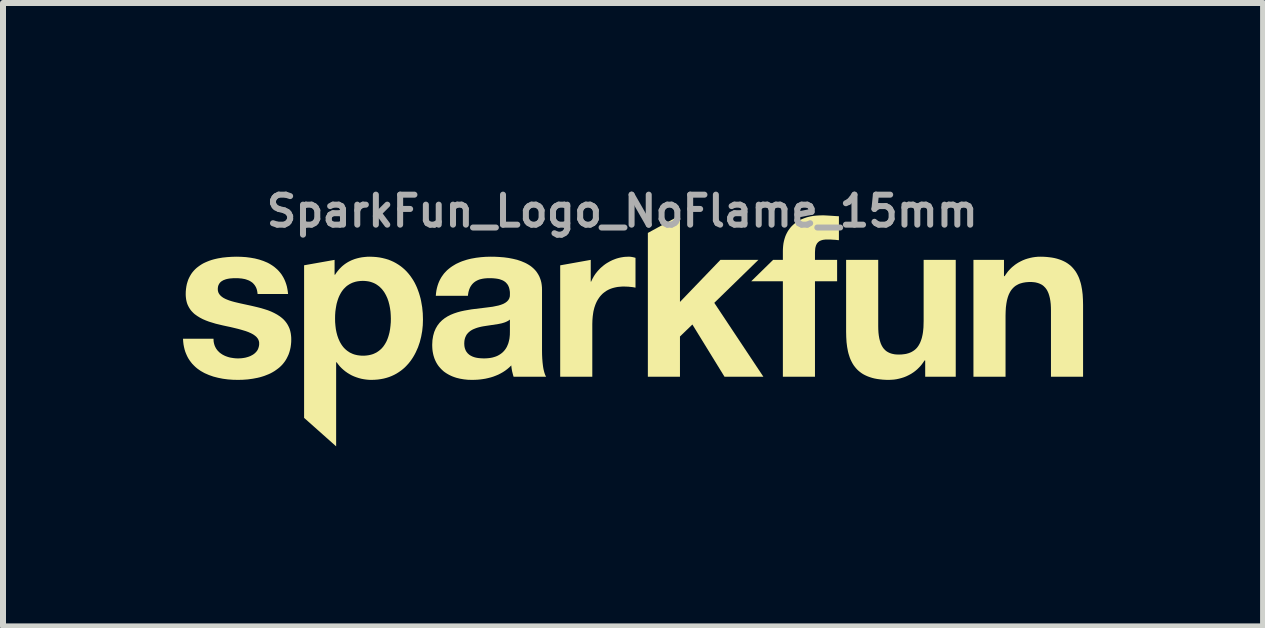
<source format=kicad_pcb>
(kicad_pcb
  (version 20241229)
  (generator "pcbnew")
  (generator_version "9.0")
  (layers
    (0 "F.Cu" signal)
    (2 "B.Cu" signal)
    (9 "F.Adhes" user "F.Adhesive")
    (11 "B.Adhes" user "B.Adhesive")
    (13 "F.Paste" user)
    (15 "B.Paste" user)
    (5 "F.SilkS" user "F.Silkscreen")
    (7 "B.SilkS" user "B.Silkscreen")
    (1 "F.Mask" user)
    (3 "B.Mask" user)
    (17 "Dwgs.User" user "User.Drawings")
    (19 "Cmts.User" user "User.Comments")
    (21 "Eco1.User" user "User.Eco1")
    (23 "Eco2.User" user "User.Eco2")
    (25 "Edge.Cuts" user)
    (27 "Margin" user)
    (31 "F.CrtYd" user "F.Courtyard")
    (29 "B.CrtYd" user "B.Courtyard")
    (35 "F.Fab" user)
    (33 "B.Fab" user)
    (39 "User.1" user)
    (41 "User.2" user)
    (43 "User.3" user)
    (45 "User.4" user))
  (footprint "SparkFun_Logo_NoFlame_15mm"
    (layer "F.Cu")
    (at 7.321 2.246)
    (property "Reference" "SparkFun_Logo_NoFlame_15mm" (at 0 -1.778 0) (layer "F.Fab") (effects (font (size 0.5 0.5) (thickness 0.1))))
    (attr board_only exclude_from_pos_files exclude_from_bom)
    (fp_poly (pts (xy 0.961 -0.264) (xy 1.635 -0.965) (xy 2.268 -0.965) (xy 1.533 -0.249) (xy 2.351 0.982) (xy 1.703 0.982) (xy 1.168 0.112) (xy 0.961 0.312) (xy 0.961 0.982) (xy 0.426 0.982) (xy 0.426 -1.414) (xy 0.961 -1.707)) (stroke (width 0) (type solid)) (fill yes) (layer "F.SilkS"))
    (fp_poly (pts (xy 0.11 -1.018) (xy 0.118 -1.018) (xy 0.126 -1.017) (xy 0.133 -1.017) (xy 0.148 -1.015) (xy 0.163 -1.013) (xy 0.177 -1.01) (xy 0.191 -1.007) (xy 0.206 -1.003) (xy 0.22 -0.999) (xy 0.22 -0.502) (xy 0.2 -0.506) (xy 0.178 -0.51) (xy 0.154 -0.513) (xy 0.129 -0.515) (xy 0.104 -0.518) (xy 0.078 -0.519) (xy 0.052 -0.52) (xy 0.027 -0.521) (xy -0.009 -0.52) (xy -0.044 -0.517) (xy -0.077 -0.514) (xy -0.109 -0.508) (xy -0.139 -0.501) (xy -0.168 -0.493) (xy -0.196 -0.483) (xy -0.222 -0.472) (xy -0.247 -0.459) (xy -0.27 -0.446) (xy -0.292 -0.43) (xy -0.313 -0.414) (xy -0.333 -0.397) (xy -0.351 -0.378) (xy -0.368 -0.359) (xy -0.384 -0.338) (xy -0.399 -0.316) (xy -0.413 -0.294) (xy -0.426 -0.27) (xy -0.437 -0.246) (xy -0.448 -0.22) (xy -0.457 -0.194) (xy -0.466 -0.167) (xy -0.473 -0.139) (xy -0.48 -0.111) (xy -0.485 -0.082) (xy -0.493 -0.022) (xy -0.498 0.04) (xy -0.5 0.105) (xy -0.5 0.982) (xy -1.035 0.982) (xy -1.035 -0.874) (xy -0.526 -0.965) (xy -0.526 -0.603) (xy -0.519 -0.603) (xy -0.509 -0.626) (xy -0.498 -0.649) (xy -0.486 -0.67) (xy -0.474 -0.692) (xy -0.461 -0.712) (xy -0.447 -0.733) (xy -0.432 -0.752) (xy -0.416 -0.772) (xy -0.4 -0.79) (xy -0.383 -0.808) (xy -0.366 -0.826) (xy -0.348 -0.842) (xy -0.329 -0.858) (xy -0.31 -0.874) (xy -0.29 -0.889) (xy -0.27 -0.903) (xy -0.249 -0.916) (xy -0.228 -0.928) (xy -0.207 -0.94) (xy -0.185 -0.951) (xy -0.162 -0.962) (xy -0.139 -0.971) (xy -0.116 -0.98) (xy -0.093 -0.988) (xy -0.069 -0.995) (xy -0.045 -1.001) (xy -0.021 -1.006) (xy 0.003 -1.01) (xy 0.028 -1.014) (xy 0.053 -1.016) (xy 0.078 -1.017) (xy 0.103 -1.018)) (stroke (width 0) (type solid)) (fill yes) (layer "F.SilkS"))
    (fp_poly (pts (xy 3.363 -1.707) (xy 3.399 -1.705) (xy 3.435 -1.703) (xy 3.47 -1.701) (xy 3.541 -1.696) (xy 3.576 -1.694) (xy 3.61 -1.692) (xy 3.61 -1.293) (xy 3.586 -1.295) (xy 3.562 -1.298) (xy 3.537 -1.3) (xy 3.512 -1.301) (xy 3.488 -1.303) (xy 3.463 -1.304) (xy 3.439 -1.304) (xy 3.415 -1.304) (xy 3.388 -1.304) (xy 3.376 -1.303) (xy 3.364 -1.301) (xy 3.352 -1.3) (xy 3.341 -1.298) (xy 3.331 -1.295) (xy 3.321 -1.292) (xy 3.311 -1.289) (xy 3.302 -1.285) (xy 3.294 -1.281) (xy 3.285 -1.277) (xy 3.278 -1.272) (xy 3.271 -1.266) (xy 3.264 -1.26) (xy 3.258 -1.254) (xy 3.252 -1.247) (xy 3.246 -1.24) (xy 3.241 -1.232) (xy 3.237 -1.223) (xy 3.232 -1.215) (xy 3.228 -1.205) (xy 3.225 -1.195) (xy 3.222 -1.185) (xy 3.219 -1.174) (xy 3.217 -1.163) (xy 3.215 -1.151) (xy 3.214 -1.138) (xy 3.212 -1.111) (xy 3.211 -1.082) (xy 3.211 -0.965) (xy 3.58 -0.965) (xy 3.58 -0.608) (xy 3.211 -0.608) (xy 3.211 0.982) (xy 2.676 0.982) (xy 2.676 -0.608) (xy 2.148 -0.608) (xy 2.513 -0.965) (xy 2.676 -0.965) (xy 2.676 -1.116) (xy 2.677 -1.148) (xy 2.679 -1.179) (xy 2.682 -1.21) (xy 2.686 -1.24) (xy 2.692 -1.27) (xy 2.699 -1.299) (xy 2.707 -1.327) (xy 2.716 -1.354) (xy 2.727 -1.381) (xy 2.739 -1.406) (xy 2.752 -1.431) (xy 2.767 -1.455) (xy 2.783 -1.478) (xy 2.8 -1.5) (xy 2.818 -1.521) (xy 2.838 -1.541) (xy 2.859 -1.56) (xy 2.881 -1.579) (xy 2.905 -1.596) (xy 2.93 -1.611) (xy 2.956 -1.626) (xy 2.983 -1.64) (xy 3.012 -1.652) (xy 3.042 -1.663) (xy 3.073 -1.674) (xy 3.105 -1.682) (xy 3.139 -1.69) (xy 3.174 -1.696) (xy 3.211 -1.701) (xy 3.248 -1.704) (xy 3.287 -1.706) (xy 3.328 -1.707)) (stroke (width 0) (type solid)) (fill yes) (layer "F.SilkS"))
    (fp_poly (pts (xy 4.265 0.134) (xy 4.266 0.193) (xy 4.269 0.247) (xy 4.275 0.298) (xy 4.283 0.344) (xy 4.294 0.387) (xy 4.307 0.427) (xy 4.315 0.445) (xy 4.323 0.462) (xy 4.332 0.478) (xy 4.342 0.494) (xy 4.352 0.508) (xy 4.364 0.522) (xy 4.376 0.534) (xy 4.388 0.546) (xy 4.402 0.557) (xy 4.416 0.566) (xy 4.432 0.575) (xy 4.448 0.583) (xy 4.465 0.59) (xy 4.482 0.596) (xy 4.501 0.601) (xy 4.52 0.605) (xy 4.541 0.609) (xy 4.562 0.611) (xy 4.584 0.612) (xy 4.607 0.613) (xy 4.634 0.612) (xy 4.66 0.611) (xy 4.685 0.608) (xy 4.709 0.605) (xy 4.732 0.601) (xy 4.754 0.595) (xy 4.775 0.589) (xy 4.795 0.581) (xy 4.814 0.573) (xy 4.832 0.563) (xy 4.85 0.552) (xy 4.866 0.541) (xy 4.882 0.528) (xy 4.897 0.514) (xy 4.911 0.499) (xy 4.924 0.482) (xy 4.936 0.465) (xy 4.947 0.446) (xy 4.958 0.426) (xy 4.967 0.406) (xy 4.976 0.383) (xy 4.984 0.36) (xy 4.992 0.335) (xy 4.998 0.309) (xy 5.004 0.282) (xy 5.009 0.254) (xy 5.013 0.224) (xy 5.016 0.193) (xy 5.019 0.161) (xy 5.02 0.127) (xy 5.022 0.055) (xy 5.022 -0.965) (xy 5.557 -0.965) (xy 5.557 0.982) (xy 5.048 0.982) (xy 5.048 0.711) (xy 5.037 0.711) (xy 5.024 0.731) (xy 5.01 0.751) (xy 4.996 0.77) (xy 4.982 0.788) (xy 4.967 0.806) (xy 4.951 0.823) (xy 4.935 0.839) (xy 4.919 0.855) (xy 4.902 0.87) (xy 4.885 0.884) (xy 4.867 0.898) (xy 4.849 0.911) (xy 4.812 0.935) (xy 4.773 0.956) (xy 4.734 0.975) (xy 4.694 0.991) (xy 4.653 1.004) (xy 4.611 1.015) (xy 4.569 1.024) (xy 4.527 1.03) (xy 4.484 1.033) (xy 4.442 1.035) (xy 4.39 1.034) (xy 4.34 1.031) (xy 4.293 1.026) (xy 4.248 1.02) (xy 4.205 1.012) (xy 4.165 1.002) (xy 4.127 0.99) (xy 4.091 0.977) (xy 4.057 0.962) (xy 4.025 0.946) (xy 3.995 0.928) (xy 3.967 0.908) (xy 3.941 0.887) (xy 3.916 0.864) (xy 3.894 0.84) (xy 3.873 0.814) (xy 3.853 0.787) (xy 3.836 0.759) (xy 3.82 0.729) (xy 3.805 0.698) (xy 3.792 0.666) (xy 3.781 0.632) (xy 3.77 0.597) (xy 3.761 0.561) (xy 3.747 0.486) (xy 3.737 0.406) (xy 3.732 0.321) (xy 3.73 0.233) (xy 3.73 -0.965) (xy 4.265 -0.965)) (stroke (width 0) (type solid)) (fill yes) (layer "F.SilkS"))
    (fp_poly (pts (xy 7.019 -1.017) (xy 7.069 -1.014) (xy 7.116 -1.009) (xy 7.161 -1.003) (xy 7.204 -0.995) (xy 7.244 -0.985) (xy 7.282 -0.973) (xy 7.318 -0.96) (xy 7.352 -0.945) (xy 7.384 -0.929) (xy 7.414 -0.911) (xy 7.442 -0.891) (xy 7.469 -0.87) (xy 7.493 -0.847) (xy 7.515 -0.823) (xy 7.536 -0.797) (xy 7.556 -0.77) (xy 7.573 -0.742) (xy 7.589 -0.712) (xy 7.604 -0.681) (xy 7.617 -0.649) (xy 7.628 -0.615) (xy 7.639 -0.58) (xy 7.648 -0.544) (xy 7.662 -0.469) (xy 7.672 -0.389) (xy 7.677 -0.304) (xy 7.679 -0.216) (xy 7.679 0.982) (xy 7.144 0.982) (xy 7.144 -0.118) (xy 7.143 -0.176) (xy 7.14 -0.23) (xy 7.134 -0.281) (xy 7.126 -0.327) (xy 7.115 -0.37) (xy 7.102 -0.41) (xy 7.094 -0.428) (xy 7.086 -0.445) (xy 7.077 -0.462) (xy 7.067 -0.477) (xy 7.057 -0.491) (xy 7.045 -0.505) (xy 7.033 -0.517) (xy 7.021 -0.529) (xy 7.007 -0.54) (xy 6.993 -0.55) (xy 6.977 -0.558) (xy 6.961 -0.566) (xy 6.944 -0.573) (xy 6.927 -0.579) (xy 6.908 -0.584) (xy 6.888 -0.589) (xy 6.868 -0.592) (xy 6.847 -0.594) (xy 6.824 -0.596) (xy 6.801 -0.596) (xy 6.775 -0.596) (xy 6.749 -0.594) (xy 6.724 -0.592) (xy 6.7 -0.588) (xy 6.677 -0.584) (xy 6.655 -0.578) (xy 6.634 -0.572) (xy 6.614 -0.565) (xy 6.595 -0.556) (xy 6.577 -0.546) (xy 6.559 -0.536) (xy 6.543 -0.524) (xy 6.527 -0.511) (xy 6.513 -0.497) (xy 6.499 -0.482) (xy 6.486 -0.466) (xy 6.473 -0.448) (xy 6.462 -0.429) (xy 6.452 -0.41) (xy 6.442 -0.389) (xy 6.433 -0.366) (xy 6.425 -0.343) (xy 6.418 -0.318) (xy 6.411 -0.292) (xy 6.406 -0.265) (xy 6.401 -0.237) (xy 6.397 -0.207) (xy 6.393 -0.176) (xy 6.391 -0.144) (xy 6.389 -0.11) (xy 6.387 -0.038) (xy 6.387 0.982) (xy 5.852 0.982) (xy 5.852 -0.965) (xy 6.361 -0.965) (xy 6.361 -0.694) (xy 6.372 -0.694) (xy 6.385 -0.714) (xy 6.399 -0.734) (xy 6.413 -0.753) (xy 6.427 -0.772) (xy 6.442 -0.789) (xy 6.458 -0.806) (xy 6.474 -0.823) (xy 6.49 -0.838) (xy 6.507 -0.853) (xy 6.525 -0.867) (xy 6.542 -0.881) (xy 6.56 -0.894) (xy 6.597 -0.918) (xy 6.636 -0.939) (xy 6.675 -0.958) (xy 6.715 -0.974) (xy 6.756 -0.987) (xy 6.798 -0.998) (xy 6.84 -1.007) (xy 6.882 -1.013) (xy 6.925 -1.017) (xy 6.967 -1.018)) (stroke (width 0) (type solid)) (fill yes) (layer "F.SilkS"))
    (fp_poly (pts (xy -4.151 -1.016) (xy -4.097 -1.012) (xy -4.044 -1.005) (xy -3.994 -0.995) (xy -3.946 -0.983) (xy -3.899 -0.969) (xy -3.854 -0.951) (xy -3.812 -0.932) (xy -3.771 -0.91) (xy -3.732 -0.886) (xy -3.694 -0.86) (xy -3.659 -0.832) (xy -3.626 -0.803) (xy -3.594 -0.771) (xy -3.564 -0.737) (xy -3.536 -0.702) (xy -3.51 -0.665) (xy -3.485 -0.627) (xy -3.462 -0.587) (xy -3.441 -0.545) (xy -3.422 -0.503) (xy -3.405 -0.459) (xy -3.389 -0.414) (xy -3.375 -0.368) (xy -3.362 -0.321) (xy -3.352 -0.273) (xy -3.335 -0.175) (xy -3.325 -0.074) (xy -3.322 0.029) (xy -3.325 0.126) (xy -3.335 0.222) (xy -3.352 0.315) (xy -3.375 0.406) (xy -3.405 0.493) (xy -3.442 0.576) (xy -3.463 0.616) (xy -3.485 0.654) (xy -3.509 0.691) (xy -3.535 0.727) (xy -3.562 0.761) (xy -3.592 0.794) (xy -3.622 0.825) (xy -3.655 0.854) (xy -3.689 0.881) (xy -3.725 0.906) (xy -3.763 0.93) (xy -3.802 0.951) (xy -3.843 0.97) (xy -3.886 0.987) (xy -3.93 1.001) (xy -3.976 1.013) (xy -4.024 1.022) (xy -4.073 1.029) (xy -4.124 1.033) (xy -4.177 1.035) (xy -4.221 1.034) (xy -4.265 1.03) (xy -4.308 1.024) (xy -4.35 1.016) (xy -4.391 1.005) (xy -4.431 0.992) (xy -4.471 0.977) (xy -4.509 0.96) (xy -4.545 0.94) (xy -4.581 0.918) (xy -4.615 0.894) (xy -4.647 0.868) (xy -4.678 0.84) (xy -4.708 0.809) (xy -4.735 0.776) (xy -4.761 0.741) (xy -4.769 0.741) (xy -4.769 2.143) (xy -5.303 1.668) (xy -5.303 0.014) (xy -4.787 0.014) (xy -4.786 0.073) (xy -4.781 0.131) (xy -4.774 0.189) (xy -4.763 0.244) (xy -4.749 0.297) (xy -4.731 0.348) (xy -4.709 0.397) (xy -4.697 0.419) (xy -4.684 0.441) (xy -4.67 0.462) (xy -4.654 0.483) (xy -4.638 0.502) (xy -4.62 0.52) (xy -4.602 0.536) (xy -4.582 0.552) (xy -4.561 0.566) (xy -4.54 0.58) (xy -4.516 0.591) (xy -4.492 0.602) (xy -4.467 0.611) (xy -4.44 0.618) (xy -4.412 0.624) (xy -4.383 0.628) (xy -4.352 0.631) (xy -4.32 0.632) (xy -4.288 0.631) (xy -4.257 0.628) (xy -4.228 0.624) (xy -4.2 0.618) (xy -4.173 0.611) (xy -4.147 0.602) (xy -4.123 0.591) (xy -4.1 0.58) (xy -4.078 0.566) (xy -4.058 0.552) (xy -4.038 0.536) (xy -4.02 0.52) (xy -4.003 0.502) (xy -3.986 0.483) (xy -3.971 0.462) (xy -3.957 0.441) (xy -3.944 0.419) (xy -3.932 0.397) (xy -3.921 0.373) (xy -3.911 0.348) (xy -3.902 0.323) (xy -3.894 0.297) (xy -3.887 0.271) (xy -3.88 0.244) (xy -3.87 0.189) (xy -3.863 0.131) (xy -3.858 0.073) (xy -3.857 0.014) (xy -3.859 -0.044) (xy -3.863 -0.103) (xy -3.871 -0.16) (xy -3.882 -0.216) (xy -3.896 -0.27) (xy -3.914 -0.322) (xy -3.936 -0.371) (xy -3.949 -0.395) (xy -3.962 -0.418) (xy -3.976 -0.439) (xy -3.992 -0.46) (xy -4.008 -0.48) (xy -4.026 -0.498) (xy -4.044 -0.516) (xy -4.064 -0.532) (xy -4.085 -0.547) (xy -4.106 -0.561) (xy -4.129 -0.573) (xy -4.154 -0.584) (xy -4.179 -0.593) (xy -4.205 -0.601) (xy -4.233 -0.607) (xy -4.262 -0.611) (xy -4.292 -0.614) (xy -4.324 -0.615) (xy -4.356 -0.614) (xy -4.387 -0.611) (xy -4.416 -0.607) (xy -4.444 -0.601) (xy -4.471 -0.593) (xy -4.497 -0.584) (xy -4.521 -0.573) (xy -4.544 -0.561) (xy -4.566 -0.547) (xy -4.587 -0.533) (xy -4.606 -0.517) (xy -4.624 -0.499) (xy -4.642 -0.481) (xy -4.658 -0.461) (xy -4.673 -0.441) (xy -4.687 -0.419) (xy -4.7 -0.396) (xy -4.712 -0.373) (xy -4.723 -0.349) (xy -4.733 -0.324) (xy -4.742 -0.298) (xy -4.75 -0.272) (xy -4.758 -0.245) (xy -4.764 -0.218) (xy -4.774 -0.161) (xy -4.782 -0.104) (xy -4.786 -0.045) (xy -4.787 0.014) (xy -5.303 0.014) (xy -5.303 -0.875) (xy -4.795 -0.965) (xy -4.795 -0.717) (xy -4.787 -0.717) (xy -4.775 -0.736) (xy -4.762 -0.755) (xy -4.748 -0.773) (xy -4.734 -0.79) (xy -4.72 -0.807) (xy -4.705 -0.823) (xy -4.69 -0.838) (xy -4.675 -0.853) (xy -4.659 -0.867) (xy -4.643 -0.88) (xy -4.626 -0.893) (xy -4.609 -0.905) (xy -4.592 -0.916) (xy -4.574 -0.927) (xy -4.556 -0.937) (xy -4.538 -0.946) (xy -4.52 -0.955) (xy -4.501 -0.963) (xy -4.462 -0.978) (xy -4.422 -0.99) (xy -4.381 -1) (xy -4.339 -1.008) (xy -4.296 -1.013) (xy -4.252 -1.017) (xy -4.207 -1.018)) (stroke (width 0) (type solid)) (fill yes) (layer "F.SilkS"))
    (fp_poly (pts (xy -2.119 -1.017) (xy -2.045 -1.013) (xy -1.97 -1.007) (xy -1.896 -0.997) (xy -1.823 -0.983) (xy -1.752 -0.966) (xy -1.684 -0.943) (xy -1.62 -0.916) (xy -1.589 -0.9) (xy -1.56 -0.883) (xy -1.532 -0.865) (xy -1.506 -0.845) (xy -1.481 -0.823) (xy -1.458 -0.8) (xy -1.436 -0.775) (xy -1.417 -0.748) (xy -1.399 -0.719) (xy -1.383 -0.689) (xy -1.37 -0.657) (xy -1.358 -0.622) (xy -1.349 -0.586) (xy -1.343 -0.548) (xy -1.339 -0.507) (xy -1.338 -0.464) (xy -1.338 0.549) (xy -1.337 0.615) (xy -1.334 0.68) (xy -1.329 0.743) (xy -1.322 0.802) (xy -1.318 0.83) (xy -1.313 0.857) (xy -1.307 0.882) (xy -1.301 0.906) (xy -1.294 0.928) (xy -1.287 0.948) (xy -1.279 0.966) (xy -1.27 0.982) (xy -1.812 0.982) (xy -1.819 0.959) (xy -1.825 0.936) (xy -1.831 0.913) (xy -1.837 0.889) (xy -1.841 0.866) (xy -1.845 0.842) (xy -1.848 0.818) (xy -1.85 0.794) (xy -1.883 0.826) (xy -1.917 0.855) (xy -1.953 0.882) (xy -1.99 0.906) (xy -2.029 0.928) (xy -2.068 0.948) (xy -2.109 0.965) (xy -2.151 0.981) (xy -2.193 0.994) (xy -2.237 1.005) (xy -2.281 1.015) (xy -2.325 1.022) (xy -2.37 1.028) (xy -2.415 1.032) (xy -2.46 1.034) (xy -2.506 1.035) (xy -2.574 1.033) (xy -2.641 1.026) (xy -2.705 1.015) (xy -2.766 1) (xy -2.796 0.99) (xy -2.824 0.98) (xy -2.852 0.968) (xy -2.879 0.955) (xy -2.905 0.941) (xy -2.93 0.926) (xy -2.954 0.91) (xy -2.977 0.893) (xy -2.998 0.874) (xy -3.019 0.854) (xy -3.038 0.833) (xy -3.057 0.811) (xy -3.074 0.788) (xy -3.09 0.763) (xy -3.104 0.738) (xy -3.117 0.711) (xy -3.129 0.683) (xy -3.139 0.653) (xy -3.148 0.623) (xy -3.155 0.591) (xy -3.161 0.558) (xy -3.165 0.523) (xy -3.167 0.488) (xy -3.168 0.451) (xy -3.167 0.429) (xy -2.634 0.429) (xy -2.633 0.446) (xy -2.632 0.464) (xy -2.63 0.48) (xy -2.627 0.495) (xy -2.623 0.51) (xy -2.618 0.524) (xy -2.613 0.537) (xy -2.607 0.55) (xy -2.6 0.562) (xy -2.592 0.573) (xy -2.584 0.583) (xy -2.576 0.593) (xy -2.566 0.602) (xy -2.556 0.611) (xy -2.546 0.619) (xy -2.535 0.626) (xy -2.523 0.633) (xy -2.511 0.639) (xy -2.499 0.645) (xy -2.486 0.65) (xy -2.472 0.655) (xy -2.459 0.659) (xy -2.444 0.663) (xy -2.43 0.666) (xy -2.4 0.671) (xy -2.369 0.674) (xy -2.338 0.676) (xy -2.305 0.677) (xy -2.267 0.676) (xy -2.232 0.673) (xy -2.198 0.669) (xy -2.167 0.663) (xy -2.138 0.655) (xy -2.11 0.646) (xy -2.085 0.636) (xy -2.062 0.624) (xy -2.04 0.611) (xy -2.02 0.597) (xy -2.002 0.583) (xy -1.985 0.567) (xy -1.97 0.551) (xy -1.956 0.534) (xy -1.943 0.516) (xy -1.932 0.498) (xy -1.922 0.48) (xy -1.914 0.461) (xy -1.906 0.442) (xy -1.899 0.424) (xy -1.889 0.386) (xy -1.881 0.35) (xy -1.877 0.315) (xy -1.874 0.283) (xy -1.873 0.229) (xy -1.873 0.029) (xy -1.881 0.036) (xy -1.891 0.043) (xy -1.901 0.05) (xy -1.911 0.055) (xy -1.933 0.066) (xy -1.957 0.076) (xy -1.982 0.084) (xy -2.009 0.092) (xy -2.037 0.098) (xy -2.067 0.104) (xy -2.317 0.142) (xy -2.348 0.148) (xy -2.378 0.155) (xy -2.408 0.163) (xy -2.436 0.172) (xy -2.464 0.183) (xy -2.49 0.194) (xy -2.515 0.208) (xy -2.526 0.215) (xy -2.537 0.223) (xy -2.548 0.232) (xy -2.558 0.24) (xy -2.568 0.25) (xy -2.577 0.26) (xy -2.586 0.27) (xy -2.594 0.281) (xy -2.601 0.293) (xy -2.607 0.305) (xy -2.613 0.318) (xy -2.619 0.332) (xy -2.623 0.346) (xy -2.627 0.361) (xy -2.63 0.377) (xy -2.632 0.393) (xy -2.633 0.411) (xy -2.634 0.429) (xy -3.167 0.429) (xy -3.164 0.372) (xy -3.152 0.3) (xy -3.134 0.236) (xy -3.109 0.178) (xy -3.079 0.127) (xy -3.044 0.082) (xy -3.004 0.042) (xy -2.96 0.007) (xy -2.911 -0.024) (xy -2.86 -0.05) (xy -2.806 -0.072) (xy -2.749 -0.091) (xy -2.691 -0.107) (xy -2.631 -0.12) (xy -2.509 -0.141) (xy -2.271 -0.17) (xy -2.162 -0.184) (xy -2.065 -0.204) (xy -2.022 -0.217) (xy -1.983 -0.232) (xy -1.95 -0.25) (xy -1.922 -0.271) (xy -1.899 -0.296) (xy -1.883 -0.325) (xy -1.874 -0.358) (xy -1.873 -0.396) (xy -1.873 -0.417) (xy -1.874 -0.436) (xy -1.877 -0.455) (xy -1.88 -0.473) (xy -1.884 -0.489) (xy -1.888 -0.505) (xy -1.894 -0.519) (xy -1.9 -0.533) (xy -1.907 -0.546) (xy -1.915 -0.558) (xy -1.924 -0.569) (xy -1.933 -0.579) (xy -1.942 -0.589) (xy -1.953 -0.598) (xy -1.964 -0.606) (xy -1.975 -0.613) (xy -1.987 -0.62) (xy -2 -0.626) (xy -2.013 -0.631) (xy -2.027 -0.636) (xy -2.041 -0.641) (xy -2.055 -0.645) (xy -2.07 -0.648) (xy -2.086 -0.651) (xy -2.117 -0.655) (xy -2.15 -0.658) (xy -2.184 -0.66) (xy -2.219 -0.66) (xy -2.257 -0.659) (xy -2.293 -0.656) (xy -2.327 -0.651) (xy -2.359 -0.644) (xy -2.374 -0.64) (xy -2.389 -0.635) (xy -2.403 -0.629) (xy -2.417 -0.623) (xy -2.43 -0.616) (xy -2.443 -0.609) (xy -2.455 -0.601) (xy -2.467 -0.592) (xy -2.478 -0.583) (xy -2.488 -0.573) (xy -2.498 -0.563) (xy -2.507 -0.552) (xy -2.516 -0.54) (xy -2.524 -0.528) (xy -2.532 -0.515) (xy -2.539 -0.501) (xy -2.545 -0.487) (xy -2.551 -0.472) (xy -2.556 -0.456) (xy -2.561 -0.439) (xy -2.565 -0.422) (xy -2.568 -0.404) (xy -2.571 -0.386) (xy -2.573 -0.366) (xy -3.108 -0.366) (xy -3.104 -0.412) (xy -3.098 -0.455) (xy -3.089 -0.497) (xy -3.078 -0.537) (xy -3.065 -0.575) (xy -3.05 -0.611) (xy -3.033 -0.645) (xy -3.014 -0.678) (xy -2.993 -0.708) (xy -2.971 -0.738) (xy -2.946 -0.765) (xy -2.921 -0.791) (xy -2.893 -0.815) (xy -2.864 -0.838) (xy -2.834 -0.859) (xy -2.803 -0.878) (xy -2.771 -0.897) (xy -2.737 -0.913) (xy -2.702 -0.929) (xy -2.667 -0.943) (xy -2.63 -0.955) (xy -2.593 -0.967) (xy -2.555 -0.977) (xy -2.516 -0.986) (xy -2.437 -1) (xy -2.356 -1.01) (xy -2.275 -1.016) (xy -2.193 -1.018)) (stroke (width 0) (type solid)) (fill yes) (layer "F.SilkS"))
    (fp_poly (pts (xy -6.35 -1.016) (xy -6.272 -1.011) (xy -6.196 -1.001) (xy -6.122 -0.988) (xy -6.051 -0.97) (xy -5.982 -0.947) (xy -5.917 -0.92) (xy -5.886 -0.904) (xy -5.856 -0.886) (xy -5.828 -0.868) (xy -5.8 -0.848) (xy -5.774 -0.826) (xy -5.748 -0.803) (xy -5.725 -0.779) (xy -5.702 -0.752) (xy -5.681 -0.725) (xy -5.662 -0.695) (xy -5.644 -0.664) (xy -5.628 -0.631) (xy -5.614 -0.597) (xy -5.601 -0.56) (xy -5.59 -0.522) (xy -5.582 -0.482) (xy -5.575 -0.44) (xy -5.57 -0.396) (xy -6.078 -0.396) (xy -6.08 -0.415) (xy -6.083 -0.433) (xy -6.086 -0.451) (xy -6.09 -0.467) (xy -6.095 -0.483) (xy -6.101 -0.498) (xy -6.107 -0.512) (xy -6.115 -0.525) (xy -6.122 -0.537) (xy -6.131 -0.549) (xy -6.14 -0.56) (xy -6.15 -0.571) (xy -6.16 -0.581) (xy -6.171 -0.59) (xy -6.183 -0.598) (xy -6.195 -0.606) (xy -6.207 -0.613) (xy -6.22 -0.62) (xy -6.234 -0.626) (xy -6.248 -0.631) (xy -6.262 -0.636) (xy -6.277 -0.641) (xy -6.292 -0.645) (xy -6.308 -0.648) (xy -6.34 -0.654) (xy -6.373 -0.657) (xy -6.408 -0.66) (xy -6.444 -0.66) (xy -6.467 -0.66) (xy -6.491 -0.659) (xy -6.516 -0.657) (xy -6.541 -0.655) (xy -6.566 -0.651) (xy -6.591 -0.646) (xy -6.615 -0.639) (xy -6.638 -0.63) (xy -6.649 -0.626) (xy -6.659 -0.62) (xy -6.669 -0.614) (xy -6.679 -0.608) (xy -6.688 -0.601) (xy -6.697 -0.593) (xy -6.705 -0.585) (xy -6.712 -0.576) (xy -6.718 -0.566) (xy -6.724 -0.556) (xy -6.729 -0.545) (xy -6.734 -0.533) (xy -6.737 -0.521) (xy -6.739 -0.508) (xy -6.741 -0.494) (xy -6.741 -0.479) (xy -6.741 -0.462) (xy -6.738 -0.445) (xy -6.734 -0.429) (xy -6.728 -0.414) (xy -6.72 -0.4) (xy -6.711 -0.387) (xy -6.701 -0.375) (xy -6.689 -0.363) (xy -6.676 -0.352) (xy -6.661 -0.341) (xy -6.646 -0.331) (xy -6.629 -0.322) (xy -6.611 -0.313) (xy -6.592 -0.305) (xy -6.572 -0.297) (xy -6.551 -0.289) (xy -6.507 -0.275) (xy -6.459 -0.262) (xy -6.409 -0.25) (xy -6.357 -0.238) (xy -6.247 -0.214) (xy -6.191 -0.202) (xy -6.135 -0.189) (xy -6.076 -0.175) (xy -6.018 -0.16) (xy -5.962 -0.143) (xy -5.906 -0.125) (xy -5.853 -0.104) (xy -5.802 -0.08) (xy -5.754 -0.054) (xy -5.709 -0.025) (xy -5.688 -0.009) (xy -5.667 0.008) (xy -5.648 0.025) (xy -5.63 0.044) (xy -5.613 0.064) (xy -5.597 0.085) (xy -5.583 0.106) (xy -5.57 0.129) (xy -5.558 0.153) (xy -5.547 0.178) (xy -5.538 0.205) (xy -5.531 0.233) (xy -5.525 0.262) (xy -5.521 0.292) (xy -5.518 0.324) (xy -5.517 0.357) (xy -5.518 0.404) (xy -5.522 0.449) (xy -5.528 0.492) (xy -5.537 0.533) (xy -5.548 0.572) (xy -5.561 0.61) (xy -5.577 0.645) (xy -5.594 0.679) (xy -5.613 0.711) (xy -5.634 0.741) (xy -5.657 0.77) (xy -5.682 0.797) (xy -5.708 0.822) (xy -5.736 0.845) (xy -5.766 0.867) (xy -5.796 0.888) (xy -5.828 0.907) (xy -5.861 0.925) (xy -5.896 0.941) (xy -5.931 0.955) (xy -5.967 0.969) (xy -6.005 0.981) (xy -6.043 0.992) (xy -6.081 1.001) (xy -6.16 1.016) (xy -6.241 1.027) (xy -6.324 1.033) (xy -6.406 1.035) (xy -6.491 1.033) (xy -6.574 1.027) (xy -6.657 1.016) (xy -6.737 1) (xy -6.815 0.98) (xy -6.889 0.954) (xy -6.96 0.923) (xy -6.993 0.905) (xy -7.026 0.886) (xy -7.057 0.865) (xy -7.087 0.843) (xy -7.115 0.819) (xy -7.142 0.793) (xy -7.168 0.766) (xy -7.191 0.737) (xy -7.213 0.707) (xy -7.234 0.674) (xy -7.252 0.64) (xy -7.268 0.604) (xy -7.283 0.567) (xy -7.295 0.527) (xy -7.305 0.485) (xy -7.313 0.442) (xy -7.318 0.397) (xy -7.321 0.349) (xy -6.813 0.349) (xy -6.812 0.37) (xy -6.811 0.391) (xy -6.808 0.41) (xy -6.804 0.429) (xy -6.799 0.447) (xy -6.793 0.465) (xy -6.786 0.481) (xy -6.778 0.497) (xy -6.769 0.513) (xy -6.759 0.527) (xy -6.749 0.541) (xy -6.737 0.554) (xy -6.725 0.566) (xy -6.713 0.578) (xy -6.699 0.589) (xy -6.685 0.599) (xy -6.67 0.609) (xy -6.655 0.618) (xy -6.639 0.626) (xy -6.623 0.634) (xy -6.606 0.641) (xy -6.589 0.647) (xy -6.572 0.653) (xy -6.554 0.658) (xy -6.535 0.663) (xy -6.517 0.666) (xy -6.479 0.672) (xy -6.441 0.676) (xy -6.402 0.677) (xy -6.373 0.676) (xy -6.344 0.674) (xy -6.314 0.67) (xy -6.284 0.665) (xy -6.254 0.657) (xy -6.225 0.648) (xy -6.197 0.637) (xy -6.171 0.623) (xy -6.158 0.616) (xy -6.146 0.608) (xy -6.134 0.599) (xy -6.123 0.59) (xy -6.113 0.58) (xy -6.103 0.57) (xy -6.094 0.559) (xy -6.085 0.547) (xy -6.078 0.535) (xy -6.071 0.522) (xy -6.066 0.508) (xy -6.061 0.493) (xy -6.057 0.478) (xy -6.054 0.463) (xy -6.052 0.446) (xy -6.052 0.429) (xy -6.052 0.414) (xy -6.054 0.399) (xy -6.058 0.386) (xy -6.062 0.372) (xy -6.068 0.36) (xy -6.075 0.347) (xy -6.084 0.336) (xy -6.093 0.324) (xy -6.104 0.313) (xy -6.116 0.303) (xy -6.129 0.293) (xy -6.143 0.283) (xy -6.159 0.273) (xy -6.176 0.264) (xy -6.193 0.255) (xy -6.212 0.247) (xy -6.232 0.238) (xy -6.254 0.23) (xy -6.276 0.222) (xy -6.299 0.215) (xy -6.349 0.2) (xy -6.403 0.185) (xy -6.461 0.171) (xy -6.523 0.156) (xy -6.589 0.142) (xy -6.658 0.127) (xy -6.775 0.099) (xy -6.831 0.082) (xy -6.887 0.065) (xy -6.94 0.045) (xy -6.991 0.023) (xy -7.039 -0.002) (xy -7.084 -0.03) (xy -7.105 -0.045) (xy -7.126 -0.06) (xy -7.145 -0.077) (xy -7.163 -0.095) (xy -7.18 -0.113) (xy -7.196 -0.133) (xy -7.21 -0.154) (xy -7.223 -0.175) (xy -7.235 -0.198) (xy -7.246 -0.222) (xy -7.255 -0.247) (xy -7.262 -0.274) (xy -7.268 -0.301) (xy -7.272 -0.33) (xy -7.275 -0.361) (xy -7.276 -0.392) (xy -7.275 -0.438) (xy -7.271 -0.481) (xy -7.265 -0.523) (xy -7.257 -0.562) (xy -7.246 -0.599) (xy -7.234 -0.635) (xy -7.219 -0.668) (xy -7.202 -0.7) (xy -7.184 -0.73) (xy -7.164 -0.758) (xy -7.142 -0.784) (xy -7.118 -0.809) (xy -7.093 -0.832) (xy -7.066 -0.853) (xy -7.038 -0.873) (xy -7.009 -0.892) (xy -6.979 -0.909) (xy -6.947 -0.924) (xy -6.914 -0.938) (xy -6.881 -0.951) (xy -6.846 -0.963) (xy -6.811 -0.973) (xy -6.774 -0.982) (xy -6.738 -0.99) (xy -6.662 -1.003) (xy -6.585 -1.011) (xy -6.507 -1.016) (xy -6.429 -1.018)) (stroke (width 0) (type solid)) (fill yes) (layer "F.SilkS")))
  (gr_rect
    (start -3 -3)
    (end 18 7.389)
    (stroke (width 0.1) (type default))
    (fill no)
    (layer "Edge.Cuts")))
</source>
